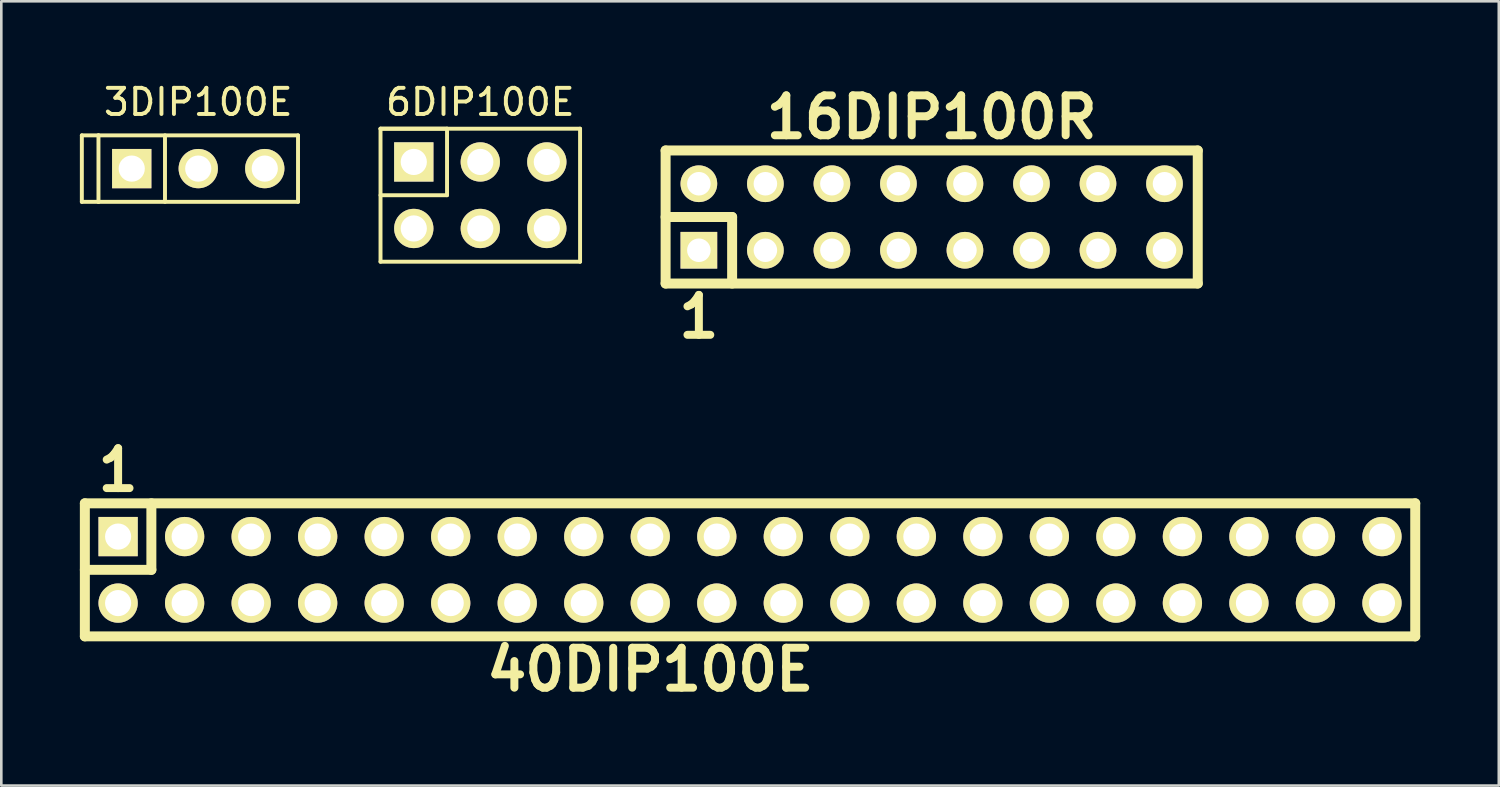
<source format=kicad_pcb>
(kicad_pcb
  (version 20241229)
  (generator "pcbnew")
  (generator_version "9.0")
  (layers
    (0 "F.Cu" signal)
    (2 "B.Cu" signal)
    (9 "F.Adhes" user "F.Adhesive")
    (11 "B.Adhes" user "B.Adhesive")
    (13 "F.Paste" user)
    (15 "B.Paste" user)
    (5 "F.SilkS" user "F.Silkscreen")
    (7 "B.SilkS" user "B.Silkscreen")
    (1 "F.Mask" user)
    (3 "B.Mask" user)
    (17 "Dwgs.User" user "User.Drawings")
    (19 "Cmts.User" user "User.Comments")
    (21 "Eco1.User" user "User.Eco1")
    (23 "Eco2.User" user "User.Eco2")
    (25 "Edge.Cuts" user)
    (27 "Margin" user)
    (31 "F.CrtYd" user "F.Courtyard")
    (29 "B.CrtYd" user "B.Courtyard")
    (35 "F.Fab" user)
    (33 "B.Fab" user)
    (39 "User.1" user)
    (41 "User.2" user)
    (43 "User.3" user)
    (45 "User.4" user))
  (footprint "6DIP100E"
    (layer "F.Cu")
    (at 12.75 3.134)
    (property "Reference" "6DIP100E" (at 2.54 -2.286 0) (layer "F.SilkS") (effects (font (size 1 1) (thickness 0.15))))
    (attr through_hole)
    (fp_line (start -1.27 -1.27) (end -1.27 3.81) (stroke (width 0.15) (type solid)) (layer "F.SilkS"))
    (fp_line (start -1.27 -1.27) (end 1.27 -1.27) (stroke (width 0.15) (type solid)) (layer "F.SilkS"))
    (fp_line (start -1.27 3.81) (end 6.35 3.81) (stroke (width 0.15) (type solid)) (layer "F.SilkS"))
    (fp_line (start 1.27 -1.27) (end 1.27 1.27) (stroke (width 0.15) (type solid)) (layer "F.SilkS"))
    (fp_line (start 1.27 1.27) (end -1.27 1.27) (stroke (width 0.15) (type solid)) (layer "F.SilkS"))
    (fp_line (start 6.35 -1.27) (end -1.27 -1.27) (stroke (width 0.15) (type solid)) (layer "F.SilkS"))
    (fp_line (start 6.35 3.81) (end 6.35 -1.27) (stroke (width 0.15) (type solid)) (layer "F.SilkS"))
    (pad "1" thru_hole rect (at 0 0) (size 1.5 1.5) (drill 1) (layers "*.Cu" "*.Mask" "F.SilkS"))
    (pad "2" thru_hole circle (at 0 2.54) (size 1.5 1.5) (drill 1) (layers "*.Cu" "*.Mask" "F.SilkS"))
    (pad "3" thru_hole circle (at 2.54 0) (size 1.5 1.5) (drill 1) (layers "*.Cu" "*.Mask" "F.SilkS"))
    (pad "4" thru_hole circle (at 2.54 2.54) (size 1.5 1.5) (drill 1) (layers "*.Cu" "*.Mask" "F.SilkS"))
    (pad "5" thru_hole circle (at 5.08 0) (size 1.5 1.5) (drill 1) (layers "*.Cu" "*.Mask" "F.SilkS"))
    (pad "6" thru_hole circle (at 5.08 2.54) (size 1.5 1.5) (drill 1) (layers "*.Cu" "*.Mask" "F.SilkS")))
  (footprint "16DIP100R"
    (layer "F.Cu")
    (at 23.636 6.506)
    (property "Reference" "16DIP100R" (at 8.89 -5.08 0) (layer "F.SilkS") (effects (font (size 1.524 1.524) (thickness 0.305))))
    (attr through_hole)
    (fp_line (start -1.27 -3.81) (end -1.27 1.27) (stroke (width 0.381) (type solid)) (layer "F.SilkS"))
    (fp_line (start -1.27 -3.81) (end 19.05 -3.81) (stroke (width 0.381) (type solid)) (layer "F.SilkS"))
    (fp_line (start -1.27 -1.27) (end 1.27 -1.27) (stroke (width 0.381) (type solid)) (layer "F.SilkS"))
    (fp_line (start 1.27 -1.27) (end 1.27 1.27) (stroke (width 0.381) (type solid)) (layer "F.SilkS"))
    (fp_line (start 19.05 -3.81) (end 19.05 1.27) (stroke (width 0.381) (type solid)) (layer "F.SilkS"))
    (fp_line (start 19.05 1.27) (end -1.27 1.27) (stroke (width 0.381) (type solid)) (layer "F.SilkS"))
    (fp_text user "1" (at 0 2.54 0) (layer "F.SilkS") (effects (font (size 1.524 1.524) (thickness 0.305))))
    (pad "1" thru_hole rect (at 0 0) (size 1.4 1.4) (drill 0.899) (layers "*.Cu" "*.Mask" "F.SilkS"))
    (pad "2" thru_hole circle (at 0 -2.54) (size 1.4 1.4) (drill 0.899) (layers "*.Cu" "*.Mask" "F.SilkS"))
    (pad "3" thru_hole circle (at 2.54 0) (size 1.4 1.4) (drill 0.899) (layers "*.Cu" "*.Mask" "F.SilkS"))
    (pad "4" thru_hole circle (at 2.54 -2.54) (size 1.4 1.4) (drill 0.899) (layers "*.Cu" "*.Mask" "F.SilkS"))
    (pad "5" thru_hole circle (at 5.08 0) (size 1.4 1.4) (drill 0.899) (layers "*.Cu" "*.Mask" "F.SilkS"))
    (pad "6" thru_hole circle (at 5.08 -2.54) (size 1.4 1.4) (drill 0.899) (layers "*.Cu" "*.Mask" "F.SilkS"))
    (pad "7" thru_hole circle (at 7.62 0) (size 1.4 1.4) (drill 0.899) (layers "*.Cu" "*.Mask" "F.SilkS"))
    (pad "8" thru_hole circle (at 7.62 -2.54) (size 1.4 1.4) (drill 0.899) (layers "*.Cu" "*.Mask" "F.SilkS"))
    (pad "9" thru_hole circle (at 10.16 0) (size 1.4 1.4) (drill 0.899) (layers "*.Cu" "*.Mask" "F.SilkS"))
    (pad "10" thru_hole circle (at 10.16 -2.54) (size 1.4 1.4) (drill 0.899) (layers "*.Cu" "*.Mask" "F.SilkS"))
    (pad "11" thru_hole circle (at 12.7 0) (size 1.4 1.4) (drill 0.899) (layers "*.Cu" "*.Mask" "F.SilkS"))
    (pad "12" thru_hole circle (at 12.7 -2.54) (size 1.4 1.4) (drill 0.899) (layers "*.Cu" "*.Mask" "F.SilkS"))
    (pad "13" thru_hole circle (at 15.24 0) (size 1.4 1.4) (drill 0.899) (layers "*.Cu" "*.Mask" "F.SilkS"))
    (pad "14" thru_hole circle (at 15.24 -2.54) (size 1.4 1.4) (drill 0.899) (layers "*.Cu" "*.Mask" "F.SilkS"))
    (pad "15" thru_hole circle (at 17.78 0) (size 1.4 1.4) (drill 0.899) (layers "*.Cu" "*.Mask" "F.SilkS"))
    (pad "16" thru_hole circle (at 17.78 -2.54) (size 1.4 1.4) (drill 0.899) (layers "*.Cu" "*.Mask" "F.SilkS")))
  (footprint "3DIP100E"
    (layer "F.Cu")
    (at 4.52 3.388)
    (property "Reference" "3DIP100E" (at 0 -2.54 0) (layer "F.SilkS") (effects (font (size 1 1) (thickness 0.15))))
    (attr through_hole)
    (fp_line (start -4.445 -1.27) (end -4.445 1.27) (stroke (width 0.15) (type solid)) (layer "F.SilkS"))
    (fp_line (start -4.445 1.27) (end -3.81 1.27) (stroke (width 0.15) (type solid)) (layer "F.SilkS"))
    (fp_line (start -3.81 -1.27) (end -4.445 -1.27) (stroke (width 0.15) (type solid)) (layer "F.SilkS"))
    (fp_line (start -3.81 -1.27) (end -3.81 1.27) (stroke (width 0.15) (type solid)) (layer "F.SilkS"))
    (fp_line (start -3.81 1.27) (end 3.81 1.27) (stroke (width 0.15) (type solid)) (layer "F.SilkS"))
    (fp_line (start -1.27 -1.27) (end -1.27 1.27) (stroke (width 0.15) (type solid)) (layer "F.SilkS"))
    (fp_line (start 3.81 -1.27) (end -3.81 -1.27) (stroke (width 0.15) (type solid)) (layer "F.SilkS"))
    (fp_line (start 3.81 1.27) (end 3.81 -1.27) (stroke (width 0.15) (type solid)) (layer "F.SilkS"))
    (pad "1" thru_hole rect (at -2.54 0) (size 1.5 1.5) (drill 1) (layers "*.Cu" "*.Mask" "F.SilkS"))
    (pad "2" thru_hole circle (at 0 0) (size 1.5 1.5) (drill 1) (layers "*.Cu" "*.Mask" "F.SilkS"))
    (pad "3" thru_hole circle (at 2.54 0) (size 1.5 1.5) (drill 1) (layers "*.Cu" "*.Mask" "F.SilkS")))
  (footprint "40DIP100E"
    (layer "F.Cu")
    (at 1.46 17.439)
    (property "Reference" "40DIP100E" (at 20.32 5.08 0) (layer "F.SilkS") (effects (font (size 1.524 1.524) (thickness 0.305))))
    (attr through_hole)
    (fp_line (start -1.27 -1.27) (end 49.53 -1.27) (stroke (width 0.381) (type solid)) (layer "F.SilkS"))
    (fp_line (start -1.27 1.27) (end 1.27 1.27) (stroke (width 0.381) (type solid)) (layer "F.SilkS"))
    (fp_line (start -1.27 3.81) (end -1.27 -1.27) (stroke (width 0.381) (type solid)) (layer "F.SilkS"))
    (fp_line (start 1.27 1.27) (end 1.27 -1.27) (stroke (width 0.381) (type solid)) (layer "F.SilkS"))
    (fp_line (start 49.53 -1.27) (end 49.53 3.81) (stroke (width 0.381) (type solid)) (layer "F.SilkS"))
    (fp_line (start 49.53 3.81) (end -1.27 3.81) (stroke (width 0.381) (type solid)) (layer "F.SilkS"))
    (fp_text user "1" (at 0 -2.54 0) (layer "F.SilkS") (effects (font (size 1.524 1.524) (thickness 0.305))))
    (pad "1" thru_hole rect (at 0 0) (size 1.499 1.499) (drill 0.998) (layers "*.Cu" "*.Mask" "F.SilkS"))
    (pad "2" thru_hole circle (at 0 2.54) (size 1.499 1.499) (drill 0.998) (layers "*.Cu" "*.Mask" "F.SilkS"))
    (pad "3" thru_hole circle (at 2.54 0) (size 1.499 1.499) (drill 0.998) (layers "*.Cu" "*.Mask" "F.SilkS"))
    (pad "4" thru_hole circle (at 2.54 2.54) (size 1.499 1.499) (drill 0.998) (layers "*.Cu" "*.Mask" "F.SilkS"))
    (pad "5" thru_hole circle (at 5.08 0) (size 1.499 1.499) (drill 0.998) (layers "*.Cu" "*.Mask" "F.SilkS"))
    (pad "6" thru_hole circle (at 5.08 2.54) (size 1.499 1.499) (drill 0.998) (layers "*.Cu" "*.Mask" "F.SilkS"))
    (pad "7" thru_hole circle (at 7.62 0) (size 1.499 1.499) (drill 0.998) (layers "*.Cu" "*.Mask" "F.SilkS"))
    (pad "8" thru_hole circle (at 7.62 2.54) (size 1.499 1.499) (drill 0.998) (layers "*.Cu" "*.Mask" "F.SilkS"))
    (pad "9" thru_hole circle (at 10.16 0) (size 1.499 1.499) (drill 0.998) (layers "*.Cu" "*.Mask" "F.SilkS"))
    (pad "10" thru_hole circle (at 10.16 2.54) (size 1.499 1.499) (drill 0.998) (layers "*.Cu" "*.Mask" "F.SilkS"))
    (pad "11" thru_hole circle (at 12.7 0) (size 1.499 1.499) (drill 0.998) (layers "*.Cu" "*.Mask" "F.SilkS"))
    (pad "12" thru_hole circle (at 12.7 2.54) (size 1.499 1.499) (drill 0.998) (layers "*.Cu" "*.Mask" "F.SilkS"))
    (pad "13" thru_hole circle (at 15.24 0) (size 1.499 1.499) (drill 0.998) (layers "*.Cu" "*.Mask" "F.SilkS"))
    (pad "14" thru_hole circle (at 15.24 2.54) (size 1.499 1.499) (drill 0.998) (layers "*.Cu" "*.Mask" "F.SilkS"))
    (pad "15" thru_hole circle (at 17.78 0) (size 1.499 1.499) (drill 0.998) (layers "*.Cu" "*.Mask" "F.SilkS"))
    (pad "16" thru_hole circle (at 17.78 2.54) (size 1.499 1.499) (drill 0.998) (layers "*.Cu" "*.Mask" "F.SilkS"))
    (pad "17" thru_hole circle (at 20.32 0) (size 1.499 1.499) (drill 0.998) (layers "*.Cu" "*.Mask" "F.SilkS"))
    (pad "18" thru_hole circle (at 20.32 2.54) (size 1.499 1.499) (drill 0.998) (layers "*.Cu" "*.Mask" "F.SilkS"))
    (pad "19" thru_hole circle (at 22.86 0) (size 1.499 1.499) (drill 0.998) (layers "*.Cu" "*.Mask" "F.SilkS"))
    (pad "20" thru_hole circle (at 22.86 2.54) (size 1.499 1.499) (drill 0.998) (layers "*.Cu" "*.Mask" "F.SilkS"))
    (pad "21" thru_hole circle (at 25.4 0) (size 1.499 1.499) (drill 0.998) (layers "*.Cu" "*.Mask" "F.SilkS"))
    (pad "22" thru_hole circle (at 25.4 2.54) (size 1.499 1.499) (drill 0.998) (layers "*.Cu" "*.Mask" "F.SilkS"))
    (pad "23" thru_hole circle (at 27.94 0) (size 1.499 1.499) (drill 0.998) (layers "*.Cu" "*.Mask" "F.SilkS"))
    (pad "24" thru_hole circle (at 27.94 2.54) (size 1.499 1.499) (drill 0.998) (layers "*.Cu" "*.Mask" "F.SilkS"))
    (pad "25" thru_hole circle (at 30.48 0) (size 1.499 1.499) (drill 0.998) (layers "*.Cu" "*.Mask" "F.SilkS"))
    (pad "26" thru_hole circle (at 30.48 2.54) (size 1.499 1.499) (drill 0.998) (layers "*.Cu" "*.Mask" "F.SilkS"))
    (pad "27" thru_hole circle (at 33.02 0) (size 1.499 1.499) (drill 0.998) (layers "*.Cu" "*.Mask" "F.SilkS"))
    (pad "28" thru_hole circle (at 33.02 2.54) (size 1.499 1.499) (drill 0.998) (layers "*.Cu" "*.Mask" "F.SilkS"))
    (pad "29" thru_hole circle (at 35.56 0) (size 1.499 1.499) (drill 0.998) (layers "*.Cu" "*.Mask" "F.SilkS"))
    (pad "30" thru_hole circle (at 35.56 2.54) (size 1.499 1.499) (drill 0.998) (layers "*.Cu" "*.Mask" "F.SilkS"))
    (pad "31" thru_hole circle (at 38.1 0) (size 1.499 1.499) (drill 0.998) (layers "*.Cu" "*.Mask" "F.SilkS"))
    (pad "32" thru_hole circle (at 38.1 2.54) (size 1.499 1.499) (drill 0.998) (layers "*.Cu" "*.Mask" "F.SilkS"))
    (pad "33" thru_hole circle (at 40.64 0) (size 1.499 1.499) (drill 0.998) (layers "*.Cu" "*.Mask" "F.SilkS"))
    (pad "34" thru_hole circle (at 40.64 2.54) (size 1.499 1.499) (drill 0.998) (layers "*.Cu" "*.Mask" "F.SilkS"))
    (pad "35" thru_hole circle (at 43.18 0) (size 1.499 1.499) (drill 0.998) (layers "*.Cu" "*.Mask" "F.SilkS"))
    (pad "36" thru_hole circle (at 43.18 2.54) (size 1.499 1.499) (drill 0.998) (layers "*.Cu" "*.Mask" "F.SilkS"))
    (pad "37" thru_hole circle (at 45.72 0) (size 1.499 1.499) (drill 0.998) (layers "*.Cu" "*.Mask" "F.SilkS"))
    (pad "38" thru_hole circle (at 45.72 2.54) (size 1.499 1.499) (drill 0.998) (layers "*.Cu" "*.Mask" "F.SilkS"))
    (pad "39" thru_hole circle (at 48.26 0) (size 1.499 1.499) (drill 0.998) (layers "*.Cu" "*.Mask" "F.SilkS"))
    (pad "40" thru_hole circle (at 48.26 2.54) (size 1.499 1.499) (drill 0.998) (layers "*.Cu" "*.Mask" "F.SilkS")))
  (gr_rect
    (start -3 -3)
    (end 54.181 26.946)
    (stroke (width 0.1) (type default))
    (fill no)
    (layer "Edge.Cuts")))
</source>
